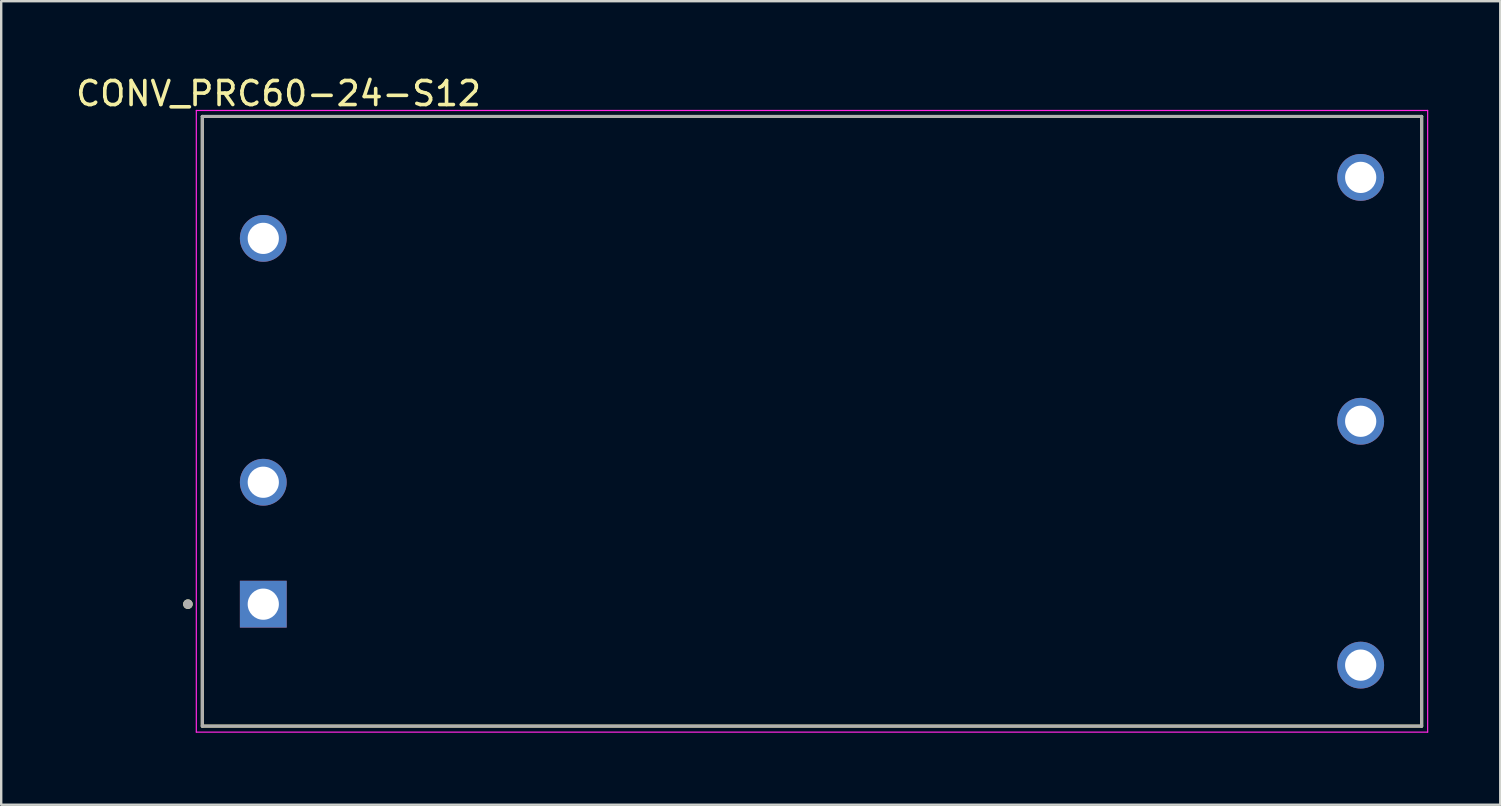
<source format=kicad_pcb>
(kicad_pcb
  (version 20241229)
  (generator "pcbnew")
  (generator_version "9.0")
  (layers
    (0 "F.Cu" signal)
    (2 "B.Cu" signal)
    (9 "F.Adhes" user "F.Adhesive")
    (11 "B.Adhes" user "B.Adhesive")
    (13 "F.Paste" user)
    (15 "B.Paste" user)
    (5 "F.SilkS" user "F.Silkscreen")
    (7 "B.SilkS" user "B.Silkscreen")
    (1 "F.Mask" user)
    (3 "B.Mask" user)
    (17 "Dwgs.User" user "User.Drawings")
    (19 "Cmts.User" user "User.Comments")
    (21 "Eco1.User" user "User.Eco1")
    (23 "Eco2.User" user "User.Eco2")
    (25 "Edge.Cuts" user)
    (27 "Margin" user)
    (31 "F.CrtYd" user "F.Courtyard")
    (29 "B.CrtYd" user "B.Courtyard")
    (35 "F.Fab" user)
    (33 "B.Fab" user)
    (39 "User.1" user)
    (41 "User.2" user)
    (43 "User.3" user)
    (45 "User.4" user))
  (footprint "CONV_PRC60-24-S12"
    (layer "F.Cu")
    (at 30.779 14.501)
    (property "Reference" "CONV_PRC60-24-S12" (at -22.225 -13.652 0) (layer "F.SilkS") (effects (font (size 1 1) (thickness 0.15))))
    (attr through_hole)
    (fp_line (start -25.4 -12.7) (end 25.4 -12.7) (stroke (width 0.127) (type solid)) (layer "F.SilkS"))
    (fp_line (start -25.4 12.7) (end -25.4 -12.7) (stroke (width 0.127) (type solid)) (layer "F.SilkS"))
    (fp_line (start 25.4 -12.7) (end 25.4 12.7) (stroke (width 0.127) (type solid)) (layer "F.SilkS"))
    (fp_line (start 25.4 12.7) (end -25.4 12.7) (stroke (width 0.127) (type solid)) (layer "F.SilkS"))
    (fp_circle (center -26 7.62) (end -25.9 7.62) (stroke (width 0.2) (type solid)) (fill no) (layer "F.SilkS"))
    (fp_line (start -25.65 -12.95) (end -25.65 12.95) (stroke (width 0.05) (type solid)) (layer "F.CrtYd"))
    (fp_line (start -25.65 12.95) (end 25.65 12.95) (stroke (width 0.05) (type solid)) (layer "F.CrtYd"))
    (fp_line (start 25.65 -12.95) (end -25.65 -12.95) (stroke (width 0.05) (type solid)) (layer "F.CrtYd"))
    (fp_line (start 25.65 12.95) (end 25.65 -12.95) (stroke (width 0.05) (type solid)) (layer "F.CrtYd"))
    (fp_line (start -25.4 -12.7) (end 25.4 -12.7) (stroke (width 0.127) (type solid)) (layer "F.Fab"))
    (fp_line (start -25.4 12.7) (end -25.4 -12.7) (stroke (width 0.127) (type solid)) (layer "F.Fab"))
    (fp_line (start 25.4 -12.7) (end 25.4 12.7) (stroke (width 0.127) (type solid)) (layer "F.Fab"))
    (fp_line (start 25.4 12.7) (end -25.4 12.7) (stroke (width 0.127) (type solid)) (layer "F.Fab"))
    (fp_circle (center -26 7.62) (end -25.9 7.62) (stroke (width 0.2) (type solid)) (fill no) (layer "F.Fab"))
    (pad "1" thru_hole rect (at -22.86 7.62) (size 1.95 1.95) (drill 1.3) (layers "*.Cu" "*.Mask"))
    (pad "2" thru_hole circle (at -22.86 2.54) (size 1.95 1.95) (drill 1.3) (layers "*.Cu" "*.Mask"))
    (pad "3" thru_hole circle (at -22.86 -7.62) (size 1.95 1.95) (drill 1.3) (layers "*.Cu" "*.Mask"))
    (pad "4" thru_hole circle (at 22.86 10.16) (size 1.95 1.95) (drill 1.3) (layers "*.Cu" "*.Mask"))
    (pad "5" thru_hole circle (at 22.86 0) (size 1.95 1.95) (drill 1.3) (layers "*.Cu" "*.Mask"))
    (pad "6" thru_hole circle (at 22.86 -10.16) (size 1.95 1.95) (drill 1.3) (layers "*.Cu" "*.Mask")))
  (gr_rect
    (start -3 -3)
    (end 59.454 30.476)
    (stroke (width 0.1) (type default))
    (fill no)
    (layer "Edge.Cuts")))
</source>
